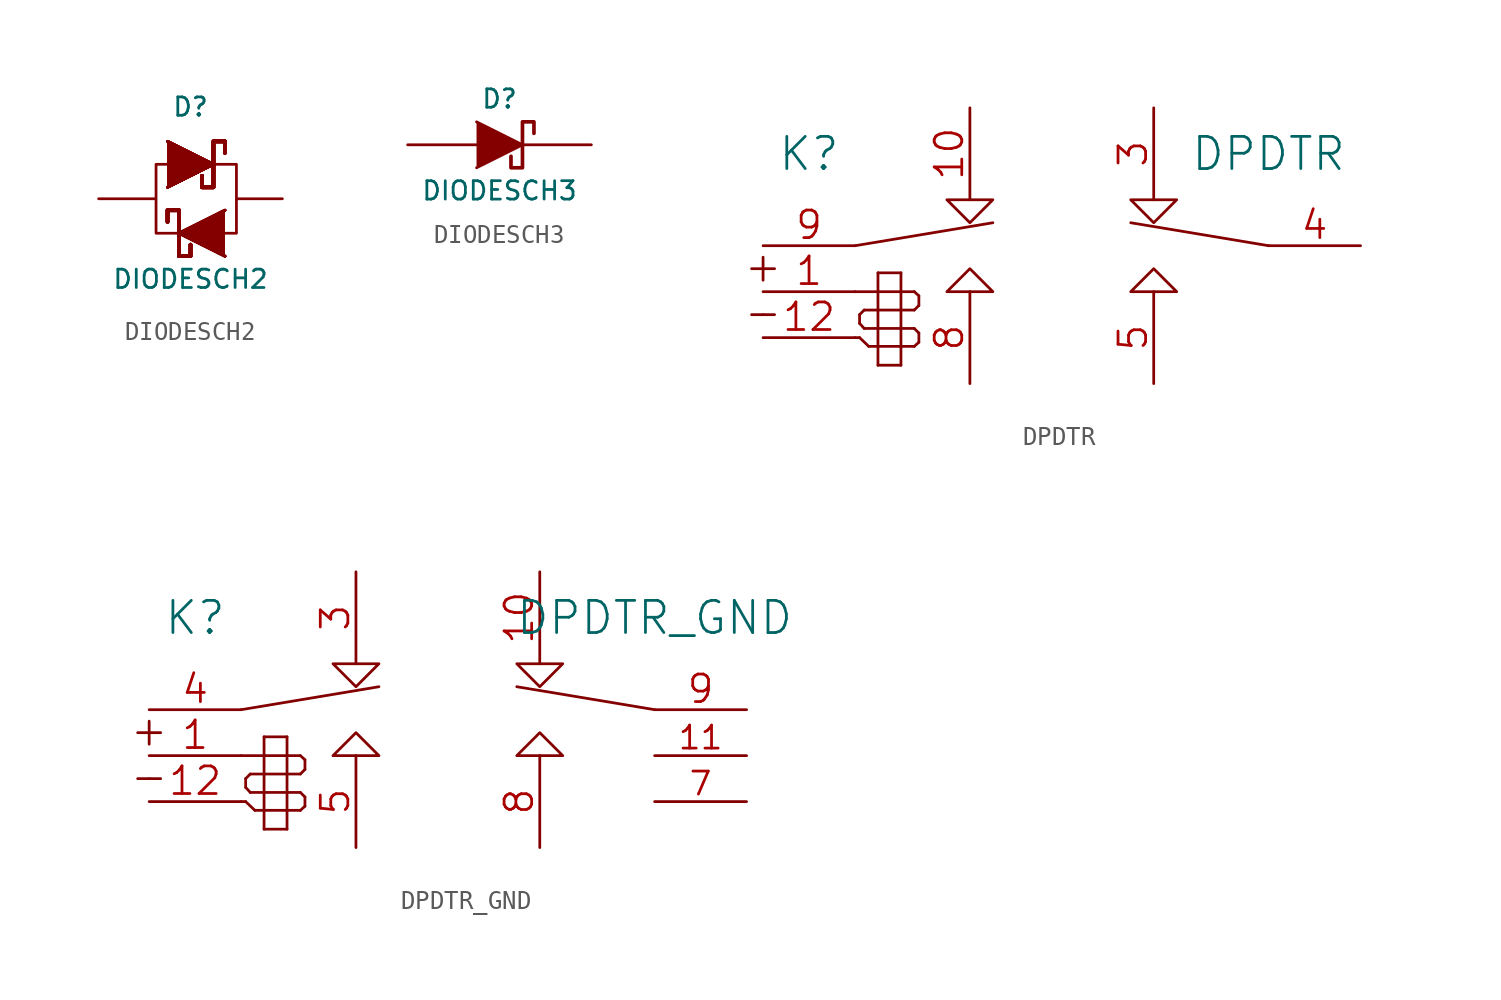
<source format=kicad_sym>
(kicad_symbol_lib
  (version 20220914)
  (generator kicad_symbol_editor)
  (symbol "DIODESCH2"
    (pin_numbers hide)
    (pin_names
      (offset 1.016) hide)
    (property "Reference" "D"
      (at 0 5.08 0)
      (effects (font (size 1.016 1.016))))
    (property "Value" "DIODESCH2"
      (at 0 -4.445 0)
      (effects (font (size 1.016 1.016))))
    (property "Footprint" ""
      (at 0 1.905 0)
      (effects (font (size 1.524 1.524))))
    (property "Datasheet" ""
      (at 0 1.905 0)
      (effects (font (size 1.524 1.524))))
    (symbol "DIODESCH2_0_1"
      (polyline (pts (xy -1.27 3.175) (xy 1.27 1.905) (xy -1.27 0.635)) (stroke (width 0) (type solid)) (fill (type outline)))
      (polyline (pts (xy -1.27 3.175) (xy 1.27 1.905) (xy -1.27 0.635)) (stroke (width 0) (type solid)) (fill (type outline)))
      (polyline (pts (xy -1.27 3.175) (xy 1.27 1.905) (xy -1.27 0.635)) (stroke (width 0) (type solid)) (fill (type outline)))
      (polyline (pts (xy -1.27 3.175) (xy 1.27 1.905) (xy -1.27 0.635)) (stroke (width 0) (type solid)) (fill (type outline)))
      (polyline (pts (xy -1.27 3.175) (xy 1.27 1.905) (xy -1.27 0.635)) (stroke (width 0) (type solid)) (fill (type outline)))
      (polyline (pts (xy -1.27 3.175) (xy 1.27 1.905) (xy -1.27 0.635)) (stroke (width 0) (type solid)) (fill (type outline)))
      (polyline (pts (xy -1.27 3.175) (xy 1.27 1.905) (xy -1.27 0.635)) (stroke (width 0) (type solid)) (fill (type outline)))
      (polyline (pts (xy -1.27 3.175) (xy 1.27 1.905) (xy -1.27 0.635)) (stroke (width 0) (type solid)) (fill (type outline)))
      (polyline (pts (xy 1.905 -0.635) (xy -0.635 -1.905) (xy 1.905 -3.175)) (stroke (width 0) (type solid)) (fill (type outline)))
      (polyline (pts (xy 1.905 -0.635) (xy -0.635 -1.905) (xy 1.905 -3.175)) (stroke (width 0) (type solid)) (fill (type outline)))
      (polyline (pts (xy 1.905 -0.635) (xy -0.635 -1.905) (xy 1.905 -3.175)) (stroke (width 0) (type solid)) (fill (type outline)))
      (polyline (pts (xy 1.905 -0.635) (xy -0.635 -1.905) (xy 1.905 -3.175)) (stroke (width 0) (type solid)) (fill (type outline)))
      (polyline (pts (xy 1.905 -0.635) (xy -0.635 -1.905) (xy 1.905 -3.175)) (stroke (width 0) (type solid)) (fill (type outline)))
      (polyline (pts (xy 1.905 -0.635) (xy -0.635 -1.905) (xy 1.905 -3.175)) (stroke (width 0) (type solid)) (fill (type outline)))
      (polyline (pts (xy 1.905 -0.635) (xy -0.635 -1.905) (xy 1.905 -3.175)) (stroke (width 0) (type solid)) (fill (type outline)))
      (polyline (pts (xy 1.905 -0.635) (xy -0.635 -1.905) (xy 1.905 -3.175)) (stroke (width 0) (type solid)) (fill (type outline)))
      (polyline (pts (xy -1.27 1.905) (xy -1.905 1.905) (xy -1.905 -1.905) (xy -0.635 -1.905)) (stroke (width 0) (type solid)) (fill (type none)))
      (polyline (pts (xy 1.905 -1.905) (xy 2.54 -1.905) (xy 2.54 1.905) (xy 1.27 1.905)) (stroke (width 0) (type solid)) (fill (type none)))
      (polyline (pts (xy -1.27 -1.27) (xy -1.27 -0.635) (xy -0.635 -0.635) (xy -0.635 -3.175) (xy 0 -3.175) (xy 0 -2.54)) (stroke (width 0.203) (type solid)) (fill (type none)))
      (polyline (pts (xy -1.27 -1.27) (xy -1.27 -0.635) (xy -0.635 -0.635) (xy -0.635 -3.175) (xy 0 -3.175) (xy 0 -2.54)) (stroke (width 0.203) (type solid)) (fill (type none)))
      (polyline (pts (xy -1.27 -1.27) (xy -1.27 -0.635) (xy -0.635 -0.635) (xy -0.635 -3.175) (xy 0 -3.175) (xy 0 -2.54)) (stroke (width 0.203) (type solid)) (fill (type none)))
      (polyline (pts (xy -1.27 -1.27) (xy -1.27 -0.635) (xy -0.635 -0.635) (xy -0.635 -3.175) (xy 0 -3.175) (xy 0 -2.54)) (stroke (width 0.203) (type solid)) (fill (type none)))
      (polyline (pts (xy -1.27 -1.27) (xy -1.27 -0.635) (xy -0.635 -0.635) (xy -0.635 -3.175) (xy 0 -3.175) (xy 0 -2.54)) (stroke (width 0.203) (type solid)) (fill (type none)))
      (polyline (pts (xy -1.27 -1.27) (xy -1.27 -0.635) (xy -0.635 -0.635) (xy -0.635 -3.175) (xy 0 -3.175) (xy 0 -2.54)) (stroke (width 0.203) (type solid)) (fill (type none)))
      (polyline (pts (xy -1.27 -1.27) (xy -1.27 -0.635) (xy -0.635 -0.635) (xy -0.635 -3.175) (xy 0 -3.175) (xy 0 -2.54)) (stroke (width 0.203) (type solid)) (fill (type none)))
      (polyline (pts (xy -1.27 -1.27) (xy -1.27 -0.635) (xy -0.635 -0.635) (xy -0.635 -3.175) (xy 0 -3.175) (xy 0 -2.54)) (stroke (width 0.203) (type solid)) (fill (type none)))
      (polyline (pts (xy 1.905 2.54) (xy 1.905 3.175) (xy 1.27 3.175) (xy 1.27 0.635) (xy 0.635 0.635) (xy 0.635 1.27)) (stroke (width 0.203) (type solid)) (fill (type none)))
      (polyline (pts (xy 1.905 2.54) (xy 1.905 3.175) (xy 1.27 3.175) (xy 1.27 0.635) (xy 0.635 0.635) (xy 0.635 1.27)) (stroke (width 0.203) (type solid)) (fill (type none)))
      (polyline (pts (xy 1.905 2.54) (xy 1.905 3.175) (xy 1.27 3.175) (xy 1.27 0.635) (xy 0.635 0.635) (xy 0.635 1.27)) (stroke (width 0.203) (type solid)) (fill (type none)))
      (polyline (pts (xy 1.905 2.54) (xy 1.905 3.175) (xy 1.27 3.175) (xy 1.27 0.635) (xy 0.635 0.635) (xy 0.635 1.27)) (stroke (width 0.203) (type solid)) (fill (type none)))
      (polyline (pts (xy 1.905 2.54) (xy 1.905 3.175) (xy 1.27 3.175) (xy 1.27 0.635) (xy 0.635 0.635) (xy 0.635 1.27)) (stroke (width 0.203) (type solid)) (fill (type none)))
      (polyline (pts (xy 1.905 2.54) (xy 1.905 3.175) (xy 1.27 3.175) (xy 1.27 0.635) (xy 0.635 0.635) (xy 0.635 1.27)) (stroke (width 0.203) (type solid)) (fill (type none)))
      (polyline (pts (xy 1.905 2.54) (xy 1.905 3.175) (xy 1.27 3.175) (xy 1.27 0.635) (xy 0.635 0.635) (xy 0.635 1.27)) (stroke (width 0.203) (type solid)) (fill (type none)))
      (polyline (pts (xy 1.905 2.54) (xy 1.905 3.175) (xy 1.27 3.175) (xy 1.27 0.635) (xy 0.635 0.635) (xy 0.635 1.27)) (stroke (width 0.203) (type solid)) (fill (type none))))
    (symbol "DIODESCH2_1_1"
      (pin passive line (at -5.08 0 0) (length 3.099) (name "A" (effects (font (size 1.016 1.016)))) (number "1" (effects (font (size 1.016 1.016)))))
      (pin passive line (at 5.08 0 180) (length 2.489) (name "K" (effects (font (size 1.016 1.016)))) (number "2" (effects (font (size 1.016 1.016)))))))
  (symbol "DIODESCH3"
    (pin_numbers hide)
    (pin_names
      (offset 1.016) hide)
    (property "Reference" "D"
      (at 0 2.54 0)
      (effects (font (size 1.016 1.016))))
    (property "Value" "DIODESCH3"
      (at 0 -2.54 0)
      (effects (font (size 1.016 1.016))))
    (property "Footprint" ""
      (at 0 0 0)
      (effects (font (size 1.524 1.524))))
    (property "Datasheet" ""
      (at 0 0 0)
      (effects (font (size 1.524 1.524))))
    (symbol "DIODESCH3_0_1"
      (polyline (pts (xy -1.27 1.27) (xy 1.27 0) (xy -1.27 -1.27)) (stroke (width 0) (type solid)) (fill (type outline)))
      (polyline (pts (xy 1.905 0.635) (xy 1.905 1.27) (xy 1.27 1.27) (xy 1.27 -1.27) (xy 0.635 -1.27) (xy 0.635 -0.635)) (stroke (width 0.203) (type solid)) (fill (type none))))
    (symbol "DIODESCH3_1_1"
      (pin passive line (at 5.08 0 180) (length 3.81) (name "K" (effects (font (size 1.016 1.016)))) (number "1" (effects (font (size 1.016 1.016)))))
      (pin passive line (at -5.08 0 0) (length 3.81) (name "A" (effects (font (size 1.016 1.016)))) (number "2" (effects (font (size 1.016 1.016)))))))
  (symbol "DPDTR"
    (pin_names
      (offset 1.016) hide)
    (property "Reference" "K"
      (at -13.97 5.08 0)
      (effects (font (size 1.778 1.778))))
    (property "Value" "DPDTR"
      (at 11.43 5.08 0)
      (effects (font (size 1.778 1.778))))
    (property "Footprint" ""
      (at -7.62 -5.08 0)
      (effects (font (size 1.524 1.524))))
    (property "Datasheet" ""
      (at -7.62 -5.08 0)
      (effects (font (size 1.524 1.524))))
    (symbol "DPDTR_0_1"
      (polyline (pts (xy -17.145 -3.81) (xy -16.51 -3.81)) (stroke (width 0) (type solid)) (fill (type none)))
      (polyline (pts (xy -17.145 -1.27) (xy -15.875 -1.27)) (stroke (width 0) (type solid)) (fill (type none)))
      (polyline (pts (xy -16.51 -3.81) (xy -15.875 -3.81)) (stroke (width 0) (type solid)) (fill (type none)))
      (polyline (pts (xy -16.51 -0.635) (xy -16.51 -1.905)) (stroke (width 0) (type solid)) (fill (type none)))
      (polyline (pts (xy -11.43 -5.08) (xy -11.176 -5.08)) (stroke (width 0) (type solid)) (fill (type none)))
      (polyline (pts (xy -11.43 -2.54) (xy -10.16 -2.54)) (stroke (width 0) (type solid)) (fill (type none)))
      (polyline (pts (xy -11.43 0) (xy -3.81 1.27)) (stroke (width 0) (type solid)) (fill (type none)))
      (polyline (pts (xy -11.176 -5.08) (xy -10.668 -5.563)) (stroke (width 0) (type solid)) (fill (type none)))
      (polyline (pts (xy -11.176 -4.293) (xy -11.176 -3.81)) (stroke (width 0) (type solid)) (fill (type none)))
      (polyline (pts (xy -10.922 -4.572) (xy -11.176 -4.293)) (stroke (width 0) (type solid)) (fill (type none)))
      (polyline (pts (xy -10.922 -3.556) (xy -11.176 -3.81)) (stroke (width 0) (type solid)) (fill (type none)))
      (polyline (pts (xy -10.668 -5.563) (xy -10.16 -5.563)) (stroke (width 0) (type solid)) (fill (type none)))
      (polyline (pts (xy -10.16 -6.604) (xy -10.16 -1.499)) (stroke (width 0) (type solid)) (fill (type none)))
      (polyline (pts (xy -10.16 -4.572) (xy -10.922 -4.572)) (stroke (width 0) (type solid)) (fill (type none)))
      (polyline (pts (xy -10.16 -4.572) (xy -8.89 -4.572)) (stroke (width 0) (type solid)) (fill (type none)))
      (polyline (pts (xy -10.16 -3.556) (xy -10.922 -3.556)) (stroke (width 0) (type solid)) (fill (type none)))
      (polyline (pts (xy -10.16 -2.54) (xy -8.89 -2.54)) (stroke (width 0) (type solid)) (fill (type none)))
      (polyline (pts (xy -10.16 -1.499) (xy -8.89 -1.499)) (stroke (width 0) (type solid)) (fill (type none)))
      (polyline (pts (xy -8.89 -6.604) (xy -10.16 -6.604)) (stroke (width 0) (type solid)) (fill (type none)))
      (polyline (pts (xy -8.89 -5.563) (xy -10.16 -5.563)) (stroke (width 0) (type solid)) (fill (type none)))
      (polyline (pts (xy -8.89 -5.563) (xy -8.153 -5.563)) (stroke (width 0) (type solid)) (fill (type none)))
      (polyline (pts (xy -8.89 -4.572) (xy -8.153 -4.572)) (stroke (width 0) (type solid)) (fill (type none)))
      (polyline (pts (xy -8.89 -3.556) (xy -10.16 -3.556)) (stroke (width 0) (type solid)) (fill (type none)))
      (polyline (pts (xy -8.89 -3.556) (xy -8.153 -3.556)) (stroke (width 0) (type solid)) (fill (type none)))
      (polyline (pts (xy -8.89 -2.54) (xy -8.153 -2.54)) (stroke (width 0) (type solid)) (fill (type none)))
      (polyline (pts (xy -8.89 -1.499) (xy -8.89 -6.604)) (stroke (width 0) (type solid)) (fill (type none)))
      (polyline (pts (xy -8.153 -5.563) (xy -7.899 -5.334)) (stroke (width 0) (type solid)) (fill (type none)))
      (polyline (pts (xy -8.153 -4.572) (xy -7.899 -4.826)) (stroke (width 0) (type solid)) (fill (type none)))
      (polyline (pts (xy -8.153 -3.556) (xy -7.899 -3.302)) (stroke (width 0) (type solid)) (fill (type none)))
      (polyline (pts (xy -8.153 -2.54) (xy -7.899 -2.769)) (stroke (width 0) (type solid)) (fill (type none)))
      (polyline (pts (xy -7.899 -5.334) (xy -7.899 -4.826)) (stroke (width 0) (type solid)) (fill (type none)))
      (polyline (pts (xy -7.899 -2.769) (xy -7.899 -3.302)) (stroke (width 0) (type solid)) (fill (type none)))
      (polyline (pts (xy 11.43 0) (xy 3.81 1.27)) (stroke (width 0) (type solid)) (fill (type none)))
      (polyline (pts (xy -5.08 -1.27) (xy -6.35 -2.54) (xy -3.81 -2.54) (xy -5.08 -1.27)) (stroke (width 0) (type solid)) (fill (type none)))
      (polyline (pts (xy -5.08 1.27) (xy -6.35 2.54) (xy -3.81 2.54) (xy -5.08 1.27)) (stroke (width 0) (type solid)) (fill (type none)))
      (polyline (pts (xy 3.81 2.54) (xy 5.08 1.27) (xy 6.35 2.54) (xy 3.81 2.54)) (stroke (width 0) (type solid)) (fill (type none)))
      (polyline (pts (xy 5.08 -1.27) (xy 3.81 -2.54) (xy 6.35 -2.54) (xy 5.08 -1.27)) (stroke (width 0) (type solid)) (fill (type none))))
    (symbol "DPDTR_1_1"
      (pin input line (at -16.51 -2.54 0) (length 5.08) (name "~" (effects (font (size 1.524 1.524)))) (number "1" (effects (font (size 1.524 1.524)))))
      (pin input line (at -5.08 7.62 270) (length 5.08) (name "~" (effects (font (size 1.524 1.524)))) (number "10" (effects (font (size 1.524 1.524)))))
      (pin input line (at -16.51 -5.08 0) (length 5.08) (name "~" (effects (font (size 1.524 1.524)))) (number "12" (effects (font (size 1.524 1.524)))))
      (pin passive line (at 5.08 7.62 270) (length 5.08) (name "~" (effects (font (size 1.524 1.524)))) (number "3" (effects (font (size 1.524 1.524)))))
      (pin passive line (at 16.51 0 180) (length 5.08) (name "~" (effects (font (size 1.524 1.524)))) (number "4" (effects (font (size 1.524 1.524)))))
      (pin input line (at 5.08 -7.62 90) (length 5.08) (name "~" (effects (font (size 1.524 1.524)))) (number "5" (effects (font (size 1.524 1.524)))))
      (pin input line (at -5.08 -7.62 90) (length 5.08) (name "~" (effects (font (size 1.524 1.524)))) (number "8" (effects (font (size 1.524 1.524)))))
      (pin input line (at -16.51 0 0) (length 5.08) (name "~" (effects (font (size 1.524 1.524)))) (number "9" (effects (font (size 1.524 1.524)))))))
  (symbol "DPDTR_GND"
    (pin_names
      (offset 1.016) hide)
    (property "Reference" "K"
      (at -13.97 5.08 0)
      (effects (font (size 1.778 1.778))))
    (property "Value" "DPDTR_GND"
      (at 11.43 5.08 0)
      (effects (font (size 1.778 1.778))))
    (property "Footprint" ""
      (at -7.62 -5.08 0)
      (effects (font (size 1.524 1.524))))
    (property "Datasheet" ""
      (at -7.62 -5.08 0)
      (effects (font (size 1.524 1.524))))
    (symbol "DPDTR_GND_0_1"
      (polyline (pts (xy -17.145 -3.81) (xy -16.51 -3.81)) (stroke (width 0) (type solid)) (fill (type none)))
      (polyline (pts (xy -17.145 -1.27) (xy -15.875 -1.27)) (stroke (width 0) (type solid)) (fill (type none)))
      (polyline (pts (xy -16.51 -3.81) (xy -15.875 -3.81)) (stroke (width 0) (type solid)) (fill (type none)))
      (polyline (pts (xy -16.51 -0.635) (xy -16.51 -1.905)) (stroke (width 0) (type solid)) (fill (type none)))
      (polyline (pts (xy -11.43 -5.08) (xy -11.176 -5.08)) (stroke (width 0) (type solid)) (fill (type none)))
      (polyline (pts (xy -11.43 -2.54) (xy -10.16 -2.54)) (stroke (width 0) (type solid)) (fill (type none)))
      (polyline (pts (xy -11.43 0) (xy -3.81 1.27)) (stroke (width 0) (type solid)) (fill (type none)))
      (polyline (pts (xy -11.176 -5.08) (xy -10.668 -5.563)) (stroke (width 0) (type solid)) (fill (type none)))
      (polyline (pts (xy -11.176 -4.293) (xy -11.176 -3.81)) (stroke (width 0) (type solid)) (fill (type none)))
      (polyline (pts (xy -10.922 -4.572) (xy -11.176 -4.293)) (stroke (width 0) (type solid)) (fill (type none)))
      (polyline (pts (xy -10.922 -3.556) (xy -11.176 -3.81)) (stroke (width 0) (type solid)) (fill (type none)))
      (polyline (pts (xy -10.668 -5.563) (xy -10.16 -5.563)) (stroke (width 0) (type solid)) (fill (type none)))
      (polyline (pts (xy -10.16 -6.604) (xy -10.16 -1.499)) (stroke (width 0) (type solid)) (fill (type none)))
      (polyline (pts (xy -10.16 -4.572) (xy -10.922 -4.572)) (stroke (width 0) (type solid)) (fill (type none)))
      (polyline (pts (xy -10.16 -4.572) (xy -8.89 -4.572)) (stroke (width 0) (type solid)) (fill (type none)))
      (polyline (pts (xy -10.16 -3.556) (xy -10.922 -3.556)) (stroke (width 0) (type solid)) (fill (type none)))
      (polyline (pts (xy -10.16 -2.54) (xy -8.89 -2.54)) (stroke (width 0) (type solid)) (fill (type none)))
      (polyline (pts (xy -10.16 -1.499) (xy -8.89 -1.499)) (stroke (width 0) (type solid)) (fill (type none)))
      (polyline (pts (xy -8.89 -6.604) (xy -10.16 -6.604)) (stroke (width 0) (type solid)) (fill (type none)))
      (polyline (pts (xy -8.89 -5.563) (xy -10.16 -5.563)) (stroke (width 0) (type solid)) (fill (type none)))
      (polyline (pts (xy -8.89 -5.563) (xy -8.153 -5.563)) (stroke (width 0) (type solid)) (fill (type none)))
      (polyline (pts (xy -8.89 -4.572) (xy -8.153 -4.572)) (stroke (width 0) (type solid)) (fill (type none)))
      (polyline (pts (xy -8.89 -3.556) (xy -10.16 -3.556)) (stroke (width 0) (type solid)) (fill (type none)))
      (polyline (pts (xy -8.89 -3.556) (xy -8.153 -3.556)) (stroke (width 0) (type solid)) (fill (type none)))
      (polyline (pts (xy -8.89 -2.54) (xy -8.153 -2.54)) (stroke (width 0) (type solid)) (fill (type none)))
      (polyline (pts (xy -8.89 -1.499) (xy -8.89 -6.604)) (stroke (width 0) (type solid)) (fill (type none)))
      (polyline (pts (xy -8.153 -5.563) (xy -7.899 -5.334)) (stroke (width 0) (type solid)) (fill (type none)))
      (polyline (pts (xy -8.153 -4.572) (xy -7.899 -4.826)) (stroke (width 0) (type solid)) (fill (type none)))
      (polyline (pts (xy -8.153 -3.556) (xy -7.899 -3.302)) (stroke (width 0) (type solid)) (fill (type none)))
      (polyline (pts (xy -8.153 -2.54) (xy -7.899 -2.769)) (stroke (width 0) (type solid)) (fill (type none)))
      (polyline (pts (xy -7.899 -5.334) (xy -7.899 -4.826)) (stroke (width 0) (type solid)) (fill (type none)))
      (polyline (pts (xy -7.899 -2.769) (xy -7.899 -3.302)) (stroke (width 0) (type solid)) (fill (type none)))
      (polyline (pts (xy 11.43 0) (xy 3.81 1.27)) (stroke (width 0) (type solid)) (fill (type none)))
      (polyline (pts (xy -5.08 -1.27) (xy -6.35 -2.54) (xy -3.81 -2.54) (xy -5.08 -1.27)) (stroke (width 0) (type solid)) (fill (type none)))
      (polyline (pts (xy -5.08 1.27) (xy -6.35 2.54) (xy -3.81 2.54) (xy -5.08 1.27)) (stroke (width 0) (type solid)) (fill (type none)))
      (polyline (pts (xy 3.81 2.54) (xy 5.08 1.27) (xy 6.35 2.54) (xy 3.81 2.54)) (stroke (width 0) (type solid)) (fill (type none)))
      (polyline (pts (xy 5.08 -1.27) (xy 3.81 -2.54) (xy 6.35 -2.54) (xy 5.08 -1.27)) (stroke (width 0) (type solid)) (fill (type none))))
    (symbol "DPDTR_GND_1_1"
      (pin input line (at -16.51 -2.54 0) (length 5.08) (name "~" (effects (font (size 1.524 1.524)))) (number "1" (effects (font (size 1.524 1.524)))))
      (pin passive line (at 5.08 7.62 270) (length 5.08) (name "~" (effects (font (size 1.524 1.524)))) (number "10" (effects (font (size 1.524 1.524)))))
      (pin input line (at 16.51 -2.54 180) (length 5.08) (name "~" (effects (font (size 1.27 1.27)))) (number "11" (effects (font (size 1.27 1.27)))))
      (pin input line (at -16.51 -5.08 0) (length 5.08) (name "~" (effects (font (size 1.524 1.524)))) (number "12" (effects (font (size 1.524 1.524)))))
      (pin input line (at -5.08 7.62 270) (length 5.08) (name "~" (effects (font (size 1.524 1.524)))) (number "3" (effects (font (size 1.524 1.524)))))
      (pin input line (at -16.51 0 0) (length 5.08) (name "~" (effects (font (size 1.524 1.524)))) (number "4" (effects (font (size 1.524 1.524)))))
      (pin input line (at -5.08 -7.62 90) (length 5.08) (name "~" (effects (font (size 1.524 1.524)))) (number "5" (effects (font (size 1.524 1.524)))))
      (pin input line (at 16.51 -5.08 180) (length 5.08) (name "~" (effects (font (size 1.27 1.27)))) (number "7" (effects (font (size 1.27 1.27)))))
      (pin input line (at 5.08 -7.62 90) (length 5.08) (name "~" (effects (font (size 1.524 1.524)))) (number "8" (effects (font (size 1.524 1.524)))))
      (pin passive line (at 16.51 0 180) (length 5.08) (name "~" (effects (font (size 1.524 1.524)))) (number "9" (effects (font (size 1.524 1.524))))))))
</source>
